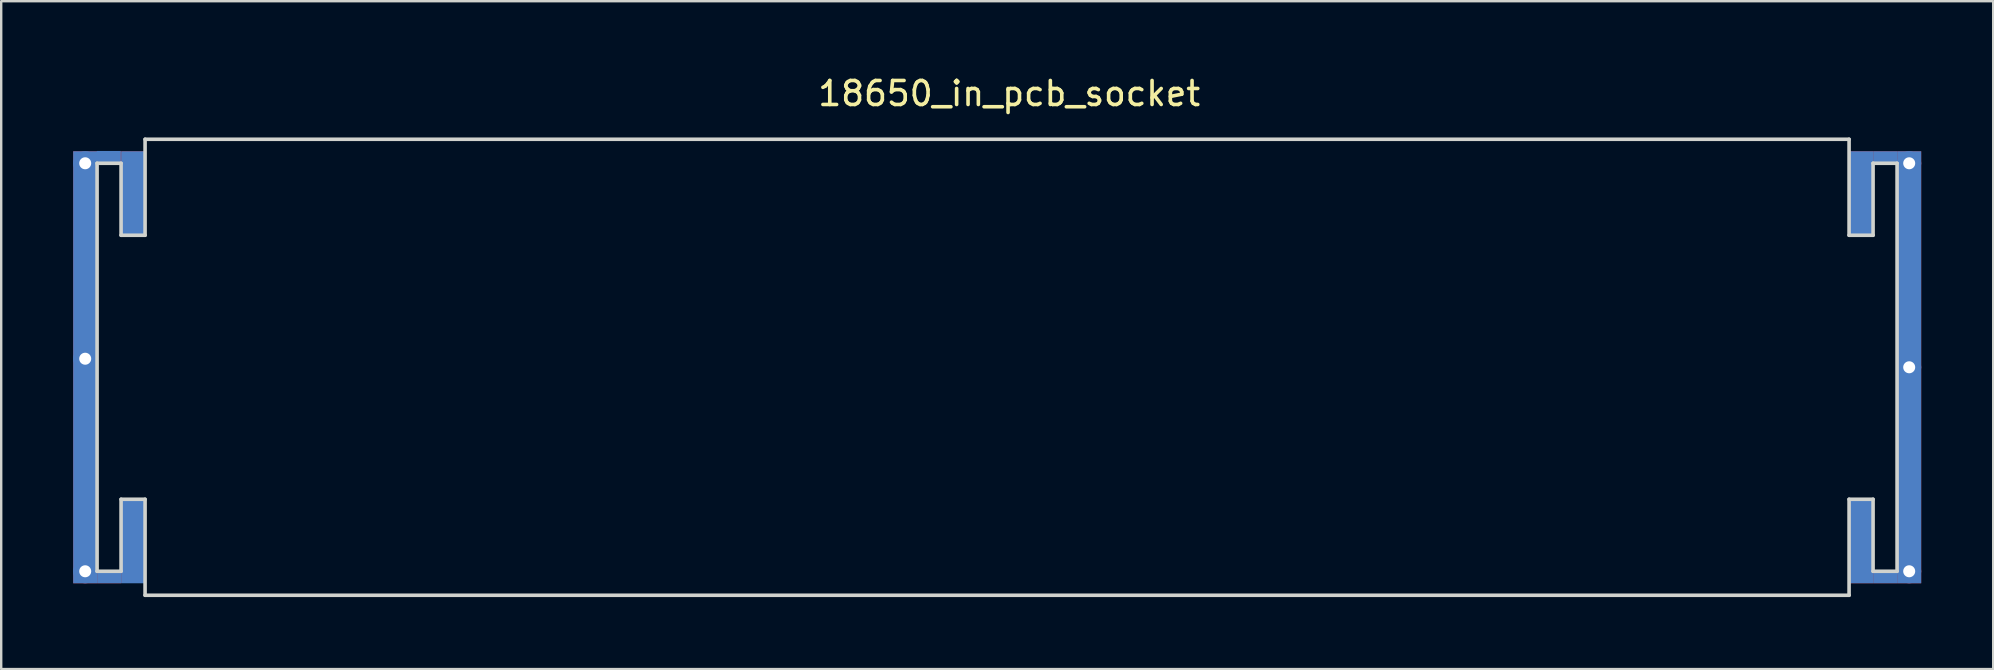
<source format=kicad_pcb>
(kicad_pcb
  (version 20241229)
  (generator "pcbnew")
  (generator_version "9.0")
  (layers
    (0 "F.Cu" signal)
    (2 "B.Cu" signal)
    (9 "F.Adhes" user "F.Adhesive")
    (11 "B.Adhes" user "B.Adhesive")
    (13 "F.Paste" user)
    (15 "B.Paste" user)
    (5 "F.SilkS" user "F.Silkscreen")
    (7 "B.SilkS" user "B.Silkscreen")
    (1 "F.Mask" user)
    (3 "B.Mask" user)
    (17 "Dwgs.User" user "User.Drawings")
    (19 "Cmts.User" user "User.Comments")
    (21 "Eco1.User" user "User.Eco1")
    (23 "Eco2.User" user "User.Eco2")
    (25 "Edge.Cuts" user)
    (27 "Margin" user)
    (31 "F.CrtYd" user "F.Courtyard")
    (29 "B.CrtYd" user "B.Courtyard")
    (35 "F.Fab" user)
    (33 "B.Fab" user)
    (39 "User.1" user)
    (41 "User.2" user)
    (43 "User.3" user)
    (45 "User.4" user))
  (footprint "18650_in_pcb_socket"
    (layer "F.Cu")
    (at 39 2.753)
    (property "Reference" "18650_in_pcb_socket" (at 0 -1.905 0) (layer "F.SilkS") (effects (font (size 1 1) (thickness 0.15))))
    (attr through_hole)
    (fp_line (start -38.005 1) (end -37.005 1) (stroke (width 0.15) (type solid)) (layer "Edge.Cuts"))
    (fp_line (start -38.005 18) (end -38.005 1) (stroke (width 0.15) (type solid)) (layer "Edge.Cuts"))
    (fp_line (start -37.005 1) (end -37.005 4) (stroke (width 0.15) (type solid)) (layer "Edge.Cuts"))
    (fp_line (start -37.005 15) (end -37.005 18) (stroke (width 0.15) (type solid)) (layer "Edge.Cuts"))
    (fp_line (start -37.005 18) (end -38.005 18) (stroke (width 0.15) (type solid)) (layer "Edge.Cuts"))
    (fp_line (start -36.005 0) (end -36.005 4) (stroke (width 0.15) (type solid)) (layer "Edge.Cuts"))
    (fp_line (start -36.005 0) (end 34.995 0) (stroke (width 0.15) (type solid)) (layer "Edge.Cuts"))
    (fp_line (start -36.005 4) (end -37.005 4) (stroke (width 0.15) (type solid)) (layer "Edge.Cuts"))
    (fp_line (start -36.005 15) (end -37.005 15) (stroke (width 0.15) (type solid)) (layer "Edge.Cuts"))
    (fp_line (start -36.005 19) (end -36.005 15) (stroke (width 0.15) (type solid)) (layer "Edge.Cuts"))
    (fp_line (start 34.995 0) (end 34.995 4) (stroke (width 0.15) (type solid)) (layer "Edge.Cuts"))
    (fp_line (start 34.995 4) (end 35.995 4) (stroke (width 0.15) (type solid)) (layer "Edge.Cuts"))
    (fp_line (start 34.995 15) (end 35.995 15) (stroke (width 0.15) (type solid)) (layer "Edge.Cuts"))
    (fp_line (start 34.995 19) (end -36.005 19) (stroke (width 0.15) (type solid)) (layer "Edge.Cuts"))
    (fp_line (start 34.995 19) (end 34.995 15) (stroke (width 0.15) (type solid)) (layer "Edge.Cuts"))
    (fp_line (start 35.995 1) (end 36.995 1) (stroke (width 0.15) (type solid)) (layer "Edge.Cuts"))
    (fp_line (start 35.995 4) (end 35.995 1) (stroke (width 0.15) (type solid)) (layer "Edge.Cuts"))
    (fp_line (start 35.995 18) (end 35.995 15) (stroke (width 0.15) (type solid)) (layer "Edge.Cuts"))
    (fp_line (start 36.995 1) (end 36.995 18) (stroke (width 0.15) (type solid)) (layer "Edge.Cuts"))
    (fp_line (start 36.995 18) (end 35.995 18) (stroke (width 0.15) (type solid)) (layer "Edge.Cuts"))
    (pad "1" thru_hole circle (at -38.5 1) (size 1 1) (drill 0.5) (layers "*.Cu" "*.Mask"))
    (pad "1" thru_hole circle (at -38.5 9.144) (size 1 1) (drill 0.5) (layers "*.Cu" "*.Mask"))
    (pad "1" smd rect (at -38.5 9.5 180) (size 1 18) (layers "F.Cu" "F.Mask" "F.Paste"))
    (pad "1" smd rect (at -38.5 9.5 180) (size 1 18) (layers "B.Cu" "B.Mask" "B.Paste"))
    (pad "1" thru_hole circle (at -38.5 18) (size 1 1) (drill 0.5) (layers "*.Cu" "*.Mask"))
    (pad "1" smd rect (at -37.5 0.75 270) (size 0.5 1) (layers "F.Cu" "F.Mask" "F.Paste"))
    (pad "1" smd rect (at -37.5 18.25 270) (size 0.5 1) (layers "F.Cu" "F.Mask" "F.Paste"))
    (pad "1" smd rect (at -37.5 18.25 270) (size 0.5 1) (layers "B.Cu" "B.Mask" "B.Paste"))
    (pad "1" smd rect (at -36.5 2.25 180) (size 1 3.5) (layers "F.Cu" "F.Mask" "F.Paste"))
    (pad "1" smd rect (at -36.5 2.25 180) (size 1 3.5) (layers "B.Cu" "B.Mask" "B.Paste"))
    (pad "1" smd rect (at -36.5 16.736 180) (size 1 3.5) (layers "F.Cu" "F.Mask" "F.Paste"))
    (pad "1" smd rect (at -36.5 16.75 180) (size 1 3.5) (layers "B.Cu" "B.Mask" "B.Paste"))
    (pad "2" smd rect (at -37.516 0.737 270) (size 0.5 1) (layers "B.Cu" "B.Mask" "B.Paste"))
    (pad "2" smd rect (at 35.5 2.25) (size 1 3.5) (layers "F.Cu" "F.Mask" "F.Paste"))
    (pad "2" smd rect (at 35.5 2.25) (size 1 3.5) (layers "B.Cu" "B.Mask" "B.Paste"))
    (pad "2" smd rect (at 35.5 16.75) (size 1 3.5) (layers "F.Cu" "F.Mask" "F.Paste"))
    (pad "2" smd rect (at 35.5 16.75) (size 1 3.5) (layers "B.Cu" "B.Mask" "B.Paste"))
    (pad "2" smd rect (at 36.5 0.75 90) (size 0.5 1) (layers "F.Cu" "F.Mask" "F.Paste"))
    (pad "2" smd rect (at 36.5 0.75 90) (size 0.5 1) (layers "B.Cu" "B.Mask" "B.Paste"))
    (pad "2" smd rect (at 36.5 18.25 90) (size 0.5 1) (layers "F.Cu" "F.Mask" "F.Paste"))
    (pad "2" smd rect (at 36.5 18.25 90) (size 0.5 1) (layers "B.Cu" "B.Mask" "B.Paste"))
    (pad "2" thru_hole circle (at 37.5 1) (size 1 1) (drill 0.5) (layers "*.Cu" "*.Mask"))
    (pad "2" thru_hole circle (at 37.5 9.5) (size 1 1) (drill 0.5) (layers "*.Cu" "*.Mask"))
    (pad "2" smd rect (at 37.5 9.5) (size 1 18) (layers "F.Cu" "F.Mask" "F.Paste"))
    (pad "2" smd rect (at 37.5 9.5) (size 1 18) (layers "B.Cu" "B.Mask" "B.Paste"))
    (pad "2" thru_hole circle (at 37.5 18) (size 1 1) (drill 0.5) (layers "*.Cu" "*.Mask")))
  (gr_rect
    (start -3 -3)
    (end 80 24.828)
    (stroke (width 0.1) (type default))
    (fill no)
    (layer "Edge.Cuts")))
</source>
